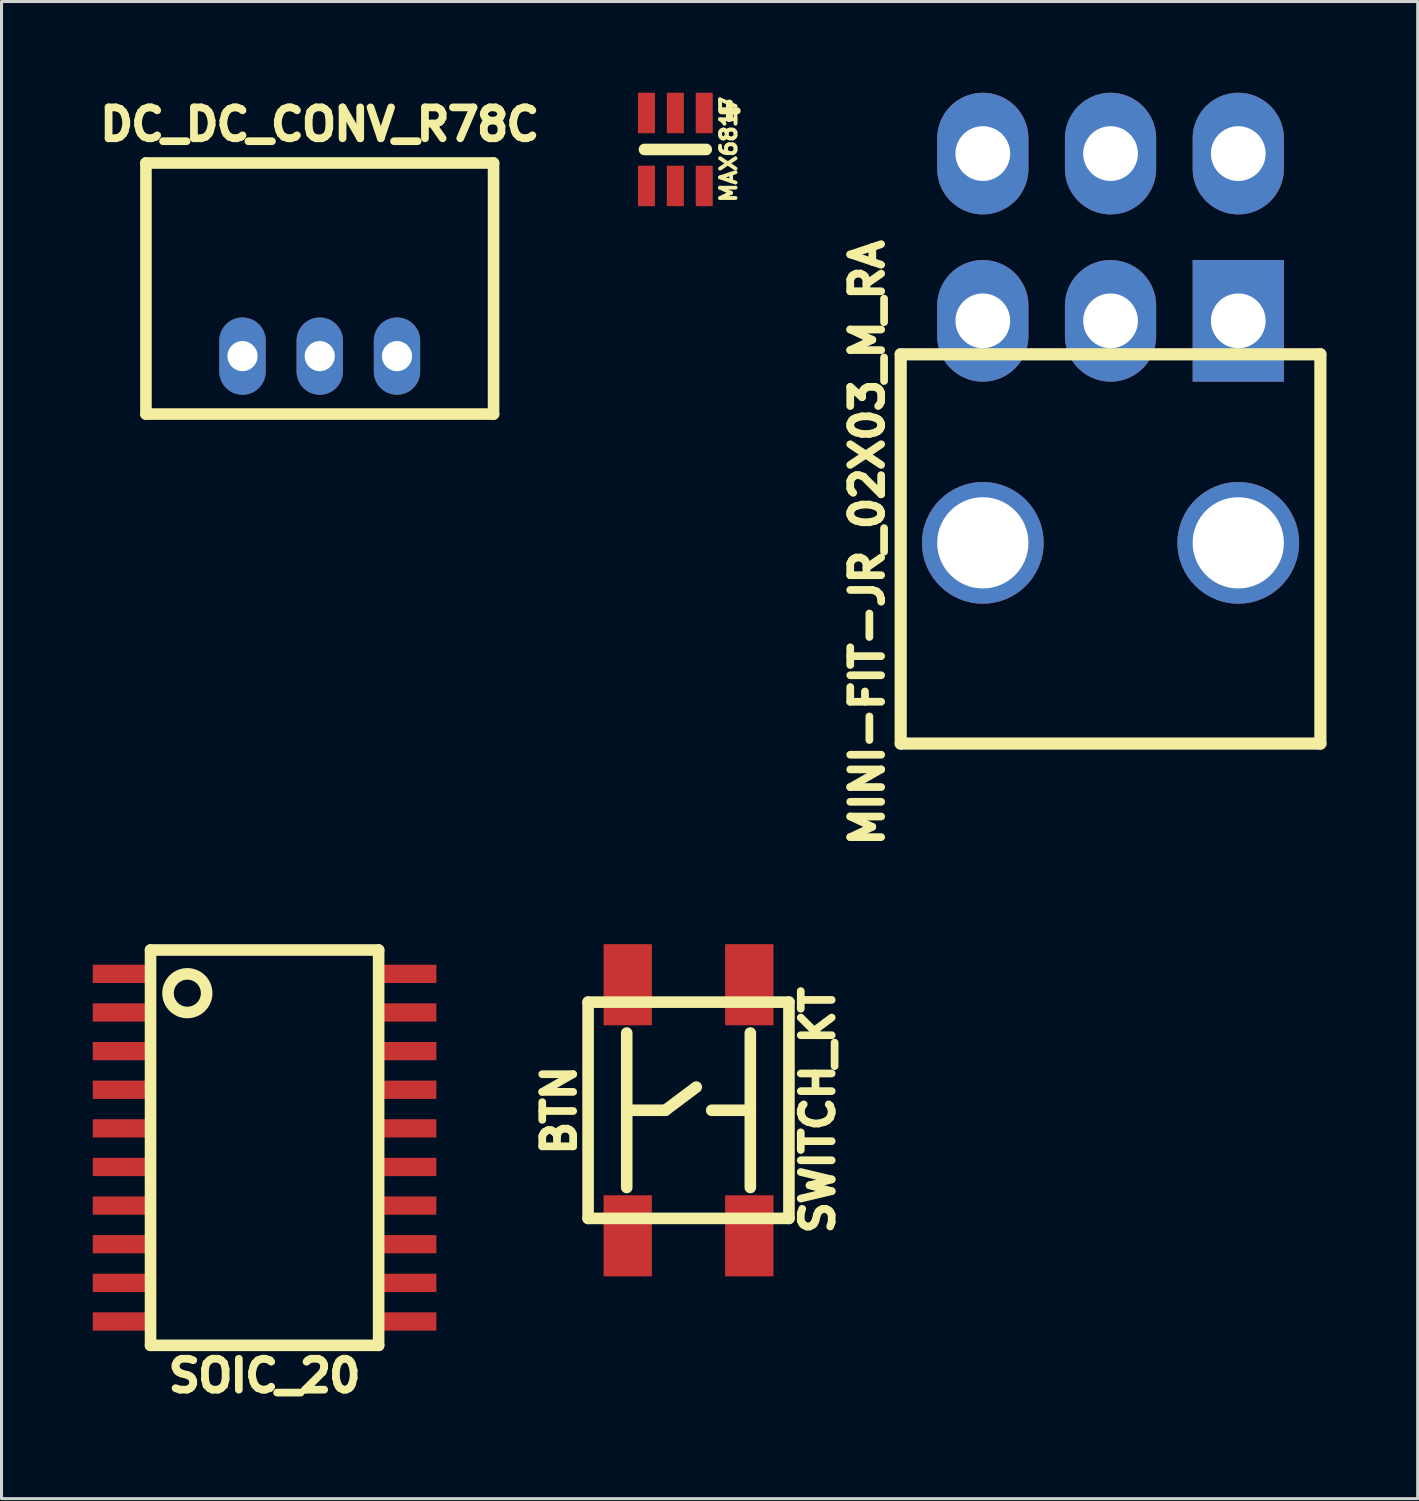
<source format=kicad_pcb>
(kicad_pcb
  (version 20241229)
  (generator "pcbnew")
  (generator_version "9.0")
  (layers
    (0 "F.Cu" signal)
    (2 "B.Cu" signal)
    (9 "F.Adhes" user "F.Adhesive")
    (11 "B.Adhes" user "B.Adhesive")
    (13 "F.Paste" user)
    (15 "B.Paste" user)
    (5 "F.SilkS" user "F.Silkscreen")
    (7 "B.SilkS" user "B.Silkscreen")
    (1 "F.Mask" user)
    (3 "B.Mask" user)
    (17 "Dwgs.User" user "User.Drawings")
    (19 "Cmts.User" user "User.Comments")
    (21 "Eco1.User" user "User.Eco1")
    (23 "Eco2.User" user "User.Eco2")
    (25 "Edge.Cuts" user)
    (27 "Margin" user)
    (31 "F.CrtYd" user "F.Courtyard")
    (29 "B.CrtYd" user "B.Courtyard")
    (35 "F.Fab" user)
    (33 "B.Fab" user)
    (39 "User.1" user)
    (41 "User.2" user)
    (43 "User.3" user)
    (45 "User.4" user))
  (footprint "DC_DC_CONV_R78C"
    (layer "F.Cu")
    (at 7.464 8.66)
    (property "Reference" "DC_DC_CONV_R78C" (at 0 -7.62 0) (layer "F.SilkS") (effects (font (size 1.016 1.016) (thickness 0.254))))
    (attr through_hole)
    (fp_line (start -5.715 -6.35) (end -5.715 1.905) (stroke (width 0.381) (type solid)) (layer "F.SilkS"))
    (fp_line (start -5.715 1.905) (end 5.715 1.905) (stroke (width 0.381) (type solid)) (layer "F.SilkS"))
    (fp_line (start 5.715 -6.35) (end -5.715 -6.35) (stroke (width 0.381) (type solid)) (layer "F.SilkS"))
    (fp_line (start 5.715 1.905) (end 5.715 -6.35) (stroke (width 0.381) (type solid)) (layer "F.SilkS"))
    (pad "1" thru_hole oval (at -2.54 0) (size 1.524 2.54) (drill 0.991) (layers "*.Cu" "*.Mask"))
    (pad "2" thru_hole oval (at 0 0) (size 1.524 2.54) (drill 0.991) (layers "*.Cu" "*.Mask"))
    (pad "3" thru_hole oval (at 2.54 0) (size 1.524 2.54) (drill 0.991) (layers "*.Cu" "*.Mask")))
  (footprint "SOIC_20"
    (layer "F.Cu")
    (at 5.65 34.688)
    (property "Reference" "SOIC_20" (at 0 7.5 0) (layer "F.SilkS") (effects (font (size 1.016 1.016) (thickness 0.254))))
    (attr through_hole)
    (fp_line (start -3.75 -6.5) (end -3.75 6.5) (stroke (width 0.381) (type solid)) (layer "F.SilkS"))
    (fp_line (start -3.75 6.5) (end 3.75 6.5) (stroke (width 0.381) (type solid)) (layer "F.SilkS"))
    (fp_line (start 3.75 -6.5) (end -3.75 -6.5) (stroke (width 0.381) (type solid)) (layer "F.SilkS"))
    (fp_line (start 3.75 6.5) (end 3.75 -6.5) (stroke (width 0.381) (type solid)) (layer "F.SilkS"))
    (fp_circle (center -2.54 -5.08) (end -2.54 -5.715) (stroke (width 0.381) (type solid)) (fill no) (layer "F.SilkS"))
    (pad "1" smd rect (at -4.65 -5.715) (size 2 0.6) (layers "F.Cu" "F.Mask" "F.Paste"))
    (pad "2" smd rect (at -4.65 -4.445) (size 2 0.6) (layers "F.Cu" "F.Mask" "F.Paste"))
    (pad "3" smd rect (at -4.65 -3.175) (size 2 0.6) (layers "F.Cu" "F.Mask" "F.Paste"))
    (pad "4" smd rect (at -4.65 -1.905) (size 2 0.6) (layers "F.Cu" "F.Mask" "F.Paste"))
    (pad "5" smd rect (at -4.65 -0.635) (size 2 0.6) (layers "F.Cu" "F.Mask" "F.Paste"))
    (pad "6" smd rect (at -4.65 0.635) (size 2 0.6) (layers "F.Cu" "F.Mask" "F.Paste"))
    (pad "7" smd rect (at -4.65 1.905) (size 2 0.6) (layers "F.Cu" "F.Mask" "F.Paste"))
    (pad "8" smd rect (at -4.65 3.175) (size 2 0.6) (layers "F.Cu" "F.Mask" "F.Paste"))
    (pad "9" smd rect (at -4.65 4.445) (size 2 0.6) (layers "F.Cu" "F.Mask" "F.Paste"))
    (pad "10" smd rect (at -4.65 5.715) (size 2 0.6) (layers "F.Cu" "F.Mask" "F.Paste"))
    (pad "11" smd rect (at 4.65 5.715) (size 2 0.6) (layers "F.Cu" "F.Mask" "F.Paste"))
    (pad "12" smd rect (at 4.65 4.445) (size 2 0.6) (layers "F.Cu" "F.Mask" "F.Paste"))
    (pad "13" smd rect (at 4.65 3.175) (size 2 0.6) (layers "F.Cu" "F.Mask" "F.Paste"))
    (pad "14" smd rect (at 4.65 1.905) (size 2 0.6) (layers "F.Cu" "F.Mask" "F.Paste"))
    (pad "15" smd rect (at 4.65 0.635) (size 2 0.6) (layers "F.Cu" "F.Mask" "F.Paste"))
    (pad "16" smd rect (at 4.65 -0.635) (size 2 0.6) (layers "F.Cu" "F.Mask" "F.Paste"))
    (pad "17" smd rect (at 4.65 -1.905) (size 2 0.6) (layers "F.Cu" "F.Mask" "F.Paste"))
    (pad "18" smd rect (at 4.65 -3.175) (size 2 0.6) (layers "F.Cu" "F.Mask" "F.Paste"))
    (pad "19" smd rect (at 4.65 -4.445) (size 2 0.6) (layers "F.Cu" "F.Mask" "F.Paste"))
    (pad "20" smd rect (at 4.65 -5.715) (size 2 0.6) (layers "F.Cu" "F.Mask" "F.Paste")))
  (footprint "MINI-FIT-JR_02X03_M_RA"
    (layer "F.Cu")
    (at 33.467 14.8)
    (property "Reference" "MINI-FIT-JR_02X03_M_RA" (at -8 0 90) (layer "F.SilkS") (effects (font (size 1.016 1.016) (thickness 0.254))))
    (attr through_hole)
    (fp_line (start -6.9 -6.2) (end -6.9 6.6) (stroke (width 0.4) (type solid)) (layer "F.SilkS"))
    (fp_line (start -6.9 -6.2) (end 6.9 -6.2) (stroke (width 0.4) (type solid)) (layer "F.SilkS"))
    (fp_line (start -6.9 6.6) (end 6.9 6.6) (stroke (width 0.4) (type solid)) (layer "F.SilkS"))
    (fp_line (start 6.9 -6.2) (end 6.9 6.6) (stroke (width 0.4) (type solid)) (layer "F.SilkS"))
    (pad "" thru_hole circle (at -4.2 0) (size 4 4) (drill 3) (layers "*.Cu" "*.Mask"))
    (pad "" thru_hole circle (at 4.2 0) (size 4 4) (drill 3) (layers "*.Cu" "*.Mask"))
    (pad "1" thru_hole rect (at 4.2 -7.3) (size 3 4) (drill 1.8) (layers "*.Cu" "*.Mask"))
    (pad "2" thru_hole oval (at 0 -7.3) (size 3 4) (drill 1.8) (layers "*.Cu" "*.Mask"))
    (pad "3" thru_hole oval (at -4.2 -7.3) (size 3 4) (drill 1.8) (layers "*.Cu" "*.Mask"))
    (pad "4" thru_hole oval (at 4.2 -12.8) (size 3 4) (drill 1.8) (layers "*.Cu" "*.Mask"))
    (pad "5" thru_hole oval (at 0 -12.8) (size 3 4) (drill 1.8) (layers "*.Cu" "*.Mask"))
    (pad "6" thru_hole oval (at -4.2 -12.8) (size 3 4) (drill 1.8) (layers "*.Cu" "*.Mask")))
  (footprint "SWITCH_KT"
    (layer "F.Cu")
    (at 19.59 33.458)
    (property "Reference" "SWITCH_KT" (at 4.25 0 90) (layer "F.SilkS") (effects (font (size 1.016 1.016) (thickness 0.254))))
    (attr through_hole)
    (fp_line (start -3.302 -3.556) (end -3.302 3.556) (stroke (width 0.381) (type solid)) (layer "F.SilkS"))
    (fp_line (start -3.302 3.556) (end 3.302 3.556) (stroke (width 0.381) (type solid)) (layer "F.SilkS"))
    (fp_line (start -2.032 -2.54) (end -2.032 2.54) (stroke (width 0.381) (type solid)) (layer "F.SilkS"))
    (fp_line (start -2.032 0) (end -0.762 0) (stroke (width 0.381) (type solid)) (layer "F.SilkS"))
    (fp_line (start -0.762 0) (end 0.254 -0.762) (stroke (width 0.381) (type solid)) (layer "F.SilkS"))
    (fp_line (start 2.032 -2.54) (end 2.032 2.54) (stroke (width 0.381) (type solid)) (layer "F.SilkS"))
    (fp_line (start 2.032 0) (end 0.762 0) (stroke (width 0.381) (type solid)) (layer "F.SilkS"))
    (fp_line (start 3.302 -3.556) (end -3.302 -3.556) (stroke (width 0.381) (type solid)) (layer "F.SilkS"))
    (fp_line (start 3.302 3.556) (end 3.302 -3.556) (stroke (width 0.381) (type solid)) (layer "F.SilkS"))
    (fp_text user "BTN" (at -4.25 0 270) (layer "F.SilkS") (effects (font (size 1.016 1.016) (thickness 0.254))))
    (pad "1" smd rect (at 1.999 -4.128 270) (size 2.667 1.59) (layers "F.Cu" "F.Mask" "F.Paste"))
    (pad "2" smd rect (at 1.999 4.128 270) (size 2.667 1.59) (layers "F.Cu" "F.Mask" "F.Paste"))
    (pad "3" smd rect (at -1.999 -4.128 270) (size 2.667 1.59) (layers "F.Cu" "F.Mask" "F.Paste"))
    (pad "4" smd rect (at -1.999 4.128 270) (size 2.667 1.59) (layers "F.Cu" "F.Mask" "F.Paste")))
  (footprint "MAX6817"
    (layer "F.Cu")
    (at 19.157 1.864)
    (property "Reference" "MAX6817" (at 1.75 0 270) (layer "F.SilkS") (effects (font (size 0.508 0.508) (thickness 0.127))))
    (attr through_hole)
    (fp_line (start 1.016 0) (end -1.016 0) (stroke (width 0.381) (type solid)) (layer "F.SilkS"))
    (fp_line (start 1.778 -1.524) (end 1.778 -1.016) (stroke (width 0.229) (type solid)) (layer "F.SilkS"))
    (fp_line (start 2.032 -1.27) (end 1.524 -1.27) (stroke (width 0.229) (type solid)) (layer "F.SilkS"))
    (pad "1" smd rect (at 0.95 -1.199 270) (size 1.331 0.559) (layers "F.Cu" "F.Mask" "F.Paste"))
    (pad "2" smd rect (at 0 -1.199 270) (size 1.331 0.559) (layers "F.Cu" "F.Mask" "F.Paste"))
    (pad "3" smd rect (at -0.95 -1.199 270) (size 1.331 0.559) (layers "F.Cu" "F.Mask" "F.Paste"))
    (pad "4" smd rect (at -0.95 1.199 270) (size 1.331 0.559) (layers "F.Cu" "F.Mask" "F.Paste"))
    (pad "5" smd rect (at 0 1.199 270) (size 1.331 0.559) (layers "F.Cu" "F.Mask" "F.Paste"))
    (pad "6" smd rect (at 0.95 1.199 270) (size 1.331 0.559) (layers "F.Cu" "F.Mask" "F.Paste")))
  (gr_rect
    (start -3 -3)
    (end 43.567 46.228)
    (stroke (width 0.1) (type default))
    (fill no)
    (layer "Edge.Cuts")))
</source>
